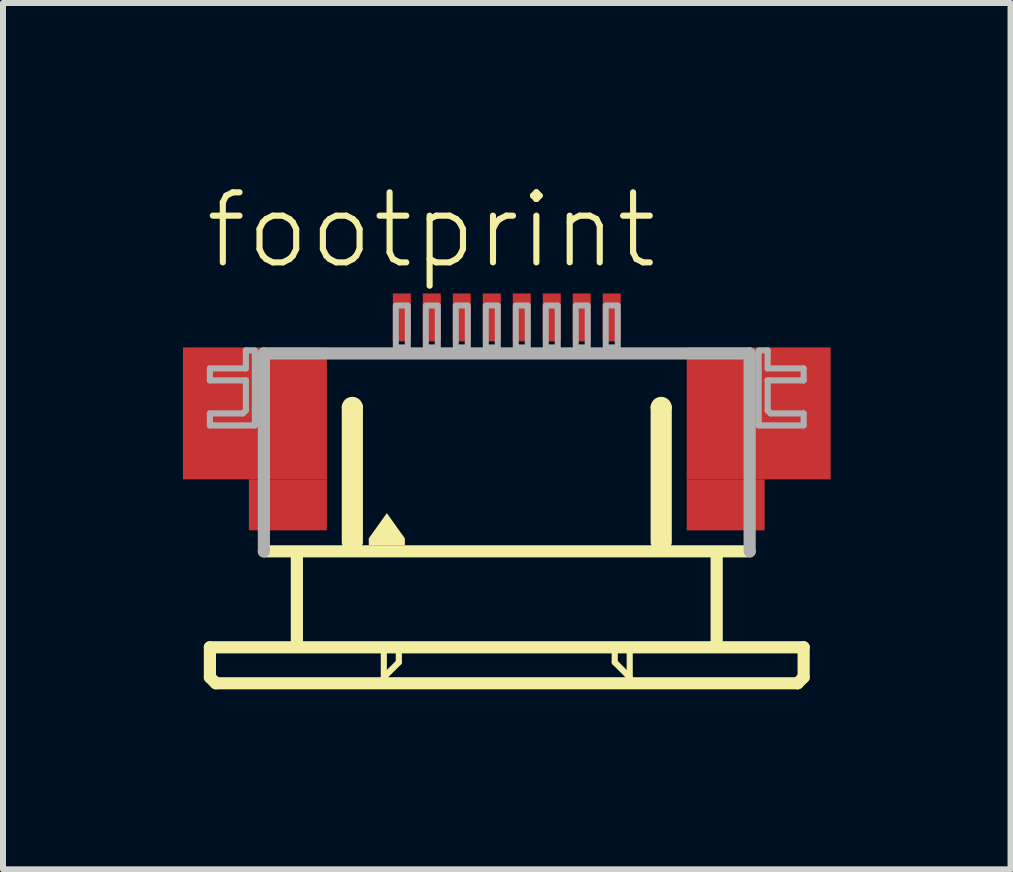
<source format=kicad_pcb>
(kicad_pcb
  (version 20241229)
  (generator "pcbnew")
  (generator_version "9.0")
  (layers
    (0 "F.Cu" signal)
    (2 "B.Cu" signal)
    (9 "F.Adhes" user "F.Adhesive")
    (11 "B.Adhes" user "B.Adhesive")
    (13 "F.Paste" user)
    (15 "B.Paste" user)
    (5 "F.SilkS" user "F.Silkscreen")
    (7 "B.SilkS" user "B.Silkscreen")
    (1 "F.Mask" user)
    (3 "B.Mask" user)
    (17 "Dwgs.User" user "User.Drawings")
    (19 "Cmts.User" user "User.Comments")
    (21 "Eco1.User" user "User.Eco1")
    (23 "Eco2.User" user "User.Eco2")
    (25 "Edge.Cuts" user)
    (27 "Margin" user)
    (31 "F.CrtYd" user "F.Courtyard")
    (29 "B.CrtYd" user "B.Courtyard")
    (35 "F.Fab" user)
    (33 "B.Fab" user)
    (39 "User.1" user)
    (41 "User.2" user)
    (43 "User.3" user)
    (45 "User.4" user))
  (footprint "footprint"
    (layer "F.Cu")
    (at 5.4 4.743)
    (property "Reference" "footprint" (at -5.08 -3.27 0) (layer "F.SilkS") (effects (font (size 1.168 1.168) (thickness 0.102)) (justify left bottom)))
    (fp_poly (pts (xy -5.4 0.2) (xy -3 0.2) (xy -3 -2) (xy -5.4 -2)) (stroke (width 0) (type solid)) (fill yes) (layer "F.Cu"))
    (fp_poly (pts (xy -4.3 1.05) (xy -3 1.05) (xy -3 0.2) (xy -4.3 0.2)) (stroke (width 0) (type solid)) (fill yes) (layer "F.Cu"))
    (fp_poly (pts (xy 3 0.2) (xy 5.4 0.2) (xy 5.4 -2) (xy 3 -2)) (stroke (width 0) (type solid)) (fill yes) (layer "F.Cu"))
    (fp_poly (pts (xy 3 1.05) (xy 4.3 1.05) (xy 4.3 0.2) (xy 3 0.2)) (stroke (width 0) (type solid)) (fill yes) (layer "F.Cu"))
    (fp_poly (pts (xy -5.4 0.2) (xy -4.25 0.2) (xy -4.25 -2) (xy -5.4 -2)) (stroke (width 0) (type solid)) (fill yes) (layer "F.Mask"))
    (fp_poly (pts (xy -4.3 1.05) (xy -3 1.05) (xy -3 -2) (xy -4.3 -2)) (stroke (width 0) (type solid)) (fill yes) (layer "F.Mask"))
    (fp_poly (pts (xy 4.3 -2) (xy 3 -2) (xy 3 1.05) (xy 4.3 1.05)) (stroke (width 0) (type solid)) (fill yes) (layer "F.Mask"))
    (fp_poly (pts (xy 5.4 -2) (xy 4.25 -2) (xy 4.25 0.2) (xy 5.4 0.2)) (stroke (width 0) (type solid)) (fill yes) (layer "F.Mask"))
    (fp_line (start -4.95 3) (end -4.95 3.5) (stroke (width 0.203) (type solid)) (layer "F.SilkS"))
    (fp_line (start -4.95 3.5) (end -4.85 3.6) (stroke (width 0.203) (type solid)) (layer "F.SilkS"))
    (fp_line (start -4.85 3.6) (end 4.85 3.6) (stroke (width 0.203) (type solid)) (layer "F.SilkS"))
    (fp_line (start -3.5 1.5) (end -3.5 2.9) (stroke (width 0.203) (type solid)) (layer "F.SilkS"))
    (fp_line (start -2.65 1.25) (end -2.65 -1) (stroke (width 0.203) (type solid)) (layer "F.SilkS"))
    (fp_line (start -2.5 -1) (end -2.5 1.25) (stroke (width 0.203) (type solid)) (layer "F.SilkS"))
    (fp_line (start -2.05 3.1) (end -2.05 3.5) (stroke (width 0.102) (type solid)) (layer "F.SilkS"))
    (fp_line (start -2.05 3.5) (end -1.8 3.25) (stroke (width 0.102) (type solid)) (layer "F.SilkS"))
    (fp_line (start -1.8 3.25) (end -1.8 3.1) (stroke (width 0.102) (type solid)) (layer "F.SilkS"))
    (fp_line (start 1.8 3.1) (end 1.8 3.25) (stroke (width 0.102) (type solid)) (layer "F.SilkS"))
    (fp_line (start 1.8 3.25) (end 2.05 3.5) (stroke (width 0.102) (type solid)) (layer "F.SilkS"))
    (fp_line (start 2.05 3.5) (end 2.05 3.1) (stroke (width 0.102) (type solid)) (layer "F.SilkS"))
    (fp_line (start 2.5 1.25) (end 2.5 -1) (stroke (width 0.203) (type solid)) (layer "F.SilkS"))
    (fp_line (start 2.65 -1) (end 2.65 1.25) (stroke (width 0.203) (type solid)) (layer "F.SilkS"))
    (fp_line (start 3.5 1.5) (end 3.5 2.9) (stroke (width 0.203) (type solid)) (layer "F.SilkS"))
    (fp_line (start 4.05 1.4) (end -4.05 1.4) (stroke (width 0.203) (type solid)) (layer "F.SilkS"))
    (fp_line (start 4.85 3.6) (end 4.95 3.5) (stroke (width 0.203) (type solid)) (layer "F.SilkS"))
    (fp_line (start 4.95 3) (end -4.95 3) (stroke (width 0.203) (type solid)) (layer "F.SilkS"))
    (fp_line (start 4.95 3.5) (end 4.95 3) (stroke (width 0.203) (type solid)) (layer "F.SilkS"))
    (fp_arc (start -2.65 -1) (mid -2.575 -1.075) (end -2.5 -1) (stroke (width 0.2032) (type solid)) (layer "F.SilkS"))
    (fp_arc (start 2.5 -1) (mid 2.575 -1.075) (end 2.65 -1) (stroke (width 0.2032) (type solid)) (layer "F.SilkS"))
    (fp_poly (pts (xy -1.699 1.184) (xy -1.699 1.301) (xy -2.301 1.301) (xy -2.301 1.184) (xy -2 0.763)) (stroke (width 0) (type solid)) (fill yes) (layer "F.SilkS"))
    (fp_poly (pts (xy -5.2 0.05) (xy -3.2 0.05) (xy -3.2 -1.85) (xy -5.2 -1.85)) (stroke (width 0) (type solid)) (fill yes) (layer "F.Paste"))
    (fp_poly (pts (xy 5.2 -1.85) (xy 3.2 -1.85) (xy 3.2 0.05) (xy 5.2 0.05)) (stroke (width 0) (type solid)) (fill yes) (layer "F.Paste"))
    (fp_line (start -4.95 -1.65) (end -4.95 -1.45) (stroke (width 0.102) (type solid)) (layer "F.Fab"))
    (fp_line (start -4.95 -1.45) (end -4.35 -1.45) (stroke (width 0.102) (type solid)) (layer "F.Fab"))
    (fp_line (start -4.95 -0.9) (end -4.95 -0.7) (stroke (width 0.102) (type solid)) (layer "F.Fab"))
    (fp_line (start -4.95 -0.7) (end -4.2 -0.7) (stroke (width 0.102) (type solid)) (layer "F.Fab"))
    (fp_line (start -4.4 -0.9) (end -4.95 -0.9) (stroke (width 0.102) (type solid)) (layer "F.Fab"))
    (fp_line (start -4.35 -1.95) (end -4.35 -1.65) (stroke (width 0.102) (type solid)) (layer "F.Fab"))
    (fp_line (start -4.35 -1.65) (end -4.95 -1.65) (stroke (width 0.102) (type solid)) (layer "F.Fab"))
    (fp_line (start -4.35 -1.45) (end -4.35 -0.95) (stroke (width 0.102) (type solid)) (layer "F.Fab"))
    (fp_line (start -4.35 -0.95) (end -4.4 -0.9) (stroke (width 0.102) (type solid)) (layer "F.Fab"))
    (fp_line (start -4.2 -1.95) (end -4.35 -1.95) (stroke (width 0.102) (type solid)) (layer "F.Fab"))
    (fp_line (start -4.2 -0.7) (end -4.2 -1.9) (stroke (width 0.102) (type solid)) (layer "F.Fab"))
    (fp_line (start -4.05 -1.9) (end 4.05 -1.9) (stroke (width 0.203) (type solid)) (layer "F.Fab"))
    (fp_line (start -4.05 1.4) (end -4.05 -1.9) (stroke (width 0.203) (type solid)) (layer "F.Fab"))
    (fp_line (start 4.05 -1.9) (end 4.05 1.4) (stroke (width 0.203) (type solid)) (layer "F.Fab"))
    (fp_line (start 4.2 -1.95) (end 4.35 -1.95) (stroke (width 0.102) (type solid)) (layer "F.Fab"))
    (fp_line (start 4.2 -0.7) (end 4.2 -1.9) (stroke (width 0.102) (type solid)) (layer "F.Fab"))
    (fp_line (start 4.35 -1.95) (end 4.35 -1.65) (stroke (width 0.102) (type solid)) (layer "F.Fab"))
    (fp_line (start 4.35 -1.65) (end 4.95 -1.65) (stroke (width 0.102) (type solid)) (layer "F.Fab"))
    (fp_line (start 4.35 -1.45) (end 4.35 -0.95) (stroke (width 0.102) (type solid)) (layer "F.Fab"))
    (fp_line (start 4.35 -0.95) (end 4.4 -0.9) (stroke (width 0.102) (type solid)) (layer "F.Fab"))
    (fp_line (start 4.4 -0.9) (end 4.95 -0.9) (stroke (width 0.102) (type solid)) (layer "F.Fab"))
    (fp_line (start 4.95 -1.65) (end 4.95 -1.45) (stroke (width 0.102) (type solid)) (layer "F.Fab"))
    (fp_line (start 4.95 -1.45) (end 4.35 -1.45) (stroke (width 0.102) (type solid)) (layer "F.Fab"))
    (fp_line (start 4.95 -0.9) (end 4.95 -0.7) (stroke (width 0.102) (type solid)) (layer "F.Fab"))
    (fp_line (start 4.95 -0.7) (end 4.2 -0.7) (stroke (width 0.102) (type solid)) (layer "F.Fab"))
    (fp_poly (pts (xy -1.85 -2) (xy -1.65 -2) (xy -1.65 -2.7) (xy -1.85 -2.7)) (stroke (width 0.1) (type solid)) (fill no) (layer "F.Fab"))
    (fp_poly (pts (xy -1.35 -2) (xy -1.15 -2) (xy -1.15 -2.7) (xy -1.35 -2.7)) (stroke (width 0.1) (type solid)) (fill no) (layer "F.Fab"))
    (fp_poly (pts (xy -0.85 -2) (xy -0.65 -2) (xy -0.65 -2.7) (xy -0.85 -2.7)) (stroke (width 0.1) (type solid)) (fill no) (layer "F.Fab"))
    (fp_poly (pts (xy -0.35 -2) (xy -0.15 -2) (xy -0.15 -2.7) (xy -0.35 -2.7)) (stroke (width 0.1) (type solid)) (fill no) (layer "F.Fab"))
    (fp_poly (pts (xy 0.15 -2) (xy 0.35 -2) (xy 0.35 -2.7) (xy 0.15 -2.7)) (stroke (width 0.1) (type solid)) (fill no) (layer "F.Fab"))
    (fp_poly (pts (xy 0.65 -2) (xy 0.85 -2) (xy 0.85 -2.7) (xy 0.65 -2.7)) (stroke (width 0.1) (type solid)) (fill no) (layer "F.Fab"))
    (fp_poly (pts (xy 1.15 -2) (xy 1.35 -2) (xy 1.35 -2.7) (xy 1.15 -2.7)) (stroke (width 0.1) (type solid)) (fill no) (layer "F.Fab"))
    (fp_poly (pts (xy 1.65 -2) (xy 1.85 -2) (xy 1.85 -2.7) (xy 1.65 -2.7)) (stroke (width 0.1) (type solid)) (fill no) (layer "F.Fab"))
    (pad "1" smd rect (at -1.75 -2.5) (size 0.3 0.8) (layers "F.Cu" "F.Mask" "F.Paste"))
    (pad "2" smd rect (at -1.25 -2.5) (size 0.3 0.8) (layers "F.Cu" "F.Mask" "F.Paste"))
    (pad "3" smd rect (at -0.75 -2.5) (size 0.3 0.8) (layers "F.Cu" "F.Mask" "F.Paste"))
    (pad "4" smd rect (at -0.25 -2.5) (size 0.3 0.8) (layers "F.Cu" "F.Mask" "F.Paste"))
    (pad "5" smd rect (at 0.25 -2.5) (size 0.3 0.8) (layers "F.Cu" "F.Mask" "F.Paste"))
    (pad "6" smd rect (at 0.75 -2.5) (size 0.3 0.8) (layers "F.Cu" "F.Mask" "F.Paste"))
    (pad "7" smd rect (at 1.25 -2.5) (size 0.3 0.8) (layers "F.Cu" "F.Mask" "F.Paste"))
    (pad "8" smd rect (at 1.75 -2.5) (size 0.3 0.8) (layers "F.Cu" "F.Mask" "F.Paste")))
  (gr_rect
    (start -3 -3)
    (end 13.8 11.445)
    (stroke (width 0.1) (type default))
    (fill no)
    (layer "Edge.Cuts")))
</source>
